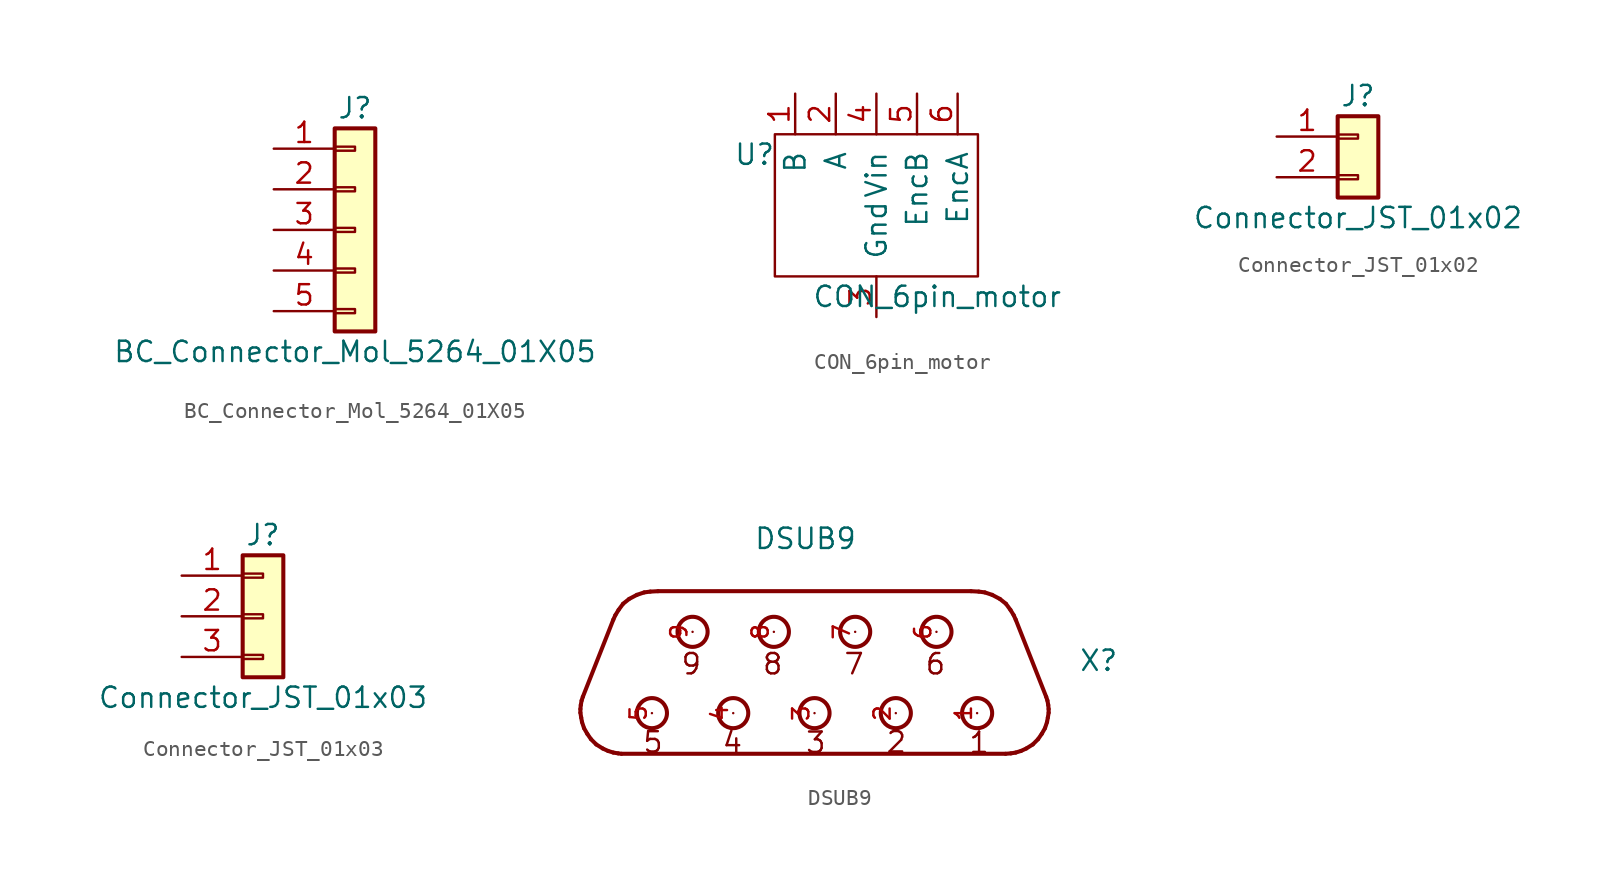
<source format=kicad_sym>
(kicad_symbol_lib
  (version 20220914)
  (generator kicad_symbol_editor)
  (symbol "BC_Connector_Mol_5264_01X05"
    (pin_names
      (offset 1.016) hide)
    (property "Reference" "J"
      (at 0 7.62 0)
      (effects (font (size 1.27 1.27))))
    (property "Value" "BC_Connector_Mol_5264_01X05"
      (at 0 -7.62 0)
      (effects (font (size 1.27 1.27))))
    (symbol "BC_Connector_Mol_5264_01X05_1_1"
      (rectangle (start -1.27 -4.953) (end 0 -5.207) (stroke (width 0.152) (type solid)) (fill (type none)))
      (rectangle (start -1.27 -2.413) (end 0 -2.667) (stroke (width 0.152) (type solid)) (fill (type none)))
      (rectangle (start -1.27 0.127) (end 0 -0.127) (stroke (width 0.152) (type solid)) (fill (type none)))
      (rectangle (start -1.27 2.667) (end 0 2.413) (stroke (width 0.152) (type solid)) (fill (type none)))
      (rectangle (start -1.27 5.207) (end 0 4.953) (stroke (width 0.152) (type solid)) (fill (type none)))
      (rectangle (start -1.27 6.35) (end 1.27 -6.35) (stroke (width 0.254) (type solid)) (fill (type background)))
      (pin passive line (at -5.08 5.08 0) (length 3.81) (name "Pin_1" (effects (font (size 1.27 1.27)))) (number "1" (effects (font (size 1.27 1.27)))))
      (pin passive line (at -5.08 2.54 0) (length 3.81) (name "Pin_2" (effects (font (size 1.27 1.27)))) (number "2" (effects (font (size 1.27 1.27)))))
      (pin passive line (at -5.08 0 0) (length 3.81) (name "Pin_3" (effects (font (size 1.27 1.27)))) (number "3" (effects (font (size 1.27 1.27)))))
      (pin passive line (at -5.08 -2.54 0) (length 3.81) (name "Pin_4" (effects (font (size 1.27 1.27)))) (number "4" (effects (font (size 1.27 1.27)))))
      (pin passive line (at -5.08 -5.08 0) (length 3.81) (name "Pin_5" (effects (font (size 1.27 1.27)))) (number "5" (effects (font (size 1.27 1.27)))))))
  (symbol "CON_6pin_motor"
    (pin_names
      (offset 1.016))
    (property "Reference" "U"
      (at -7.62 2.54 0)
      (effects (font (size 1.27 1.27))))
    (property "Value" "CON_6pin_motor"
      (at 3.81 -6.35 0)
      (effects (font (size 1.27 1.27))))
    (symbol "CON_6pin_motor_0_1"
      (rectangle (start -6.35 3.81) (end 6.35 -5.08) (stroke (width 0) (type solid)) (fill (type none))))
    (symbol "CON_6pin_motor_1_1"
      (pin input line (at -5.08 6.35 270) (length 2.54) (name "B" (effects (font (size 1.27 1.27)))) (number "1" (effects (font (size 1.27 1.27)))))
      (pin input line (at -2.54 6.35 270) (length 2.54) (name "A" (effects (font (size 1.27 1.27)))) (number "2" (effects (font (size 1.27 1.27)))))
      (pin input line (at 0 -7.62 90) (length 2.54) (name "Gnd" (effects (font (size 1.27 1.27)))) (number "3" (effects (font (size 1.27 1.27)))))
      (pin input line (at 0 6.35 270) (length 2.54) (name "Vin" (effects (font (size 1.27 1.27)))) (number "4" (effects (font (size 1.27 1.27)))))
      (pin input line (at 2.54 6.35 270) (length 2.54) (name "EncB" (effects (font (size 1.27 1.27)))) (number "5" (effects (font (size 1.27 1.27)))))
      (pin input line (at 5.08 6.35 270) (length 2.54) (name "EncA" (effects (font (size 1.27 1.27)))) (number "6" (effects (font (size 1.27 1.27)))))))
  (symbol "Connector_JST_01x02"
    (pin_names
      (offset 1.016) hide)
    (property "Reference" "J"
      (at 0 2.54 0)
      (effects (font (size 1.27 1.27))))
    (property "Value" "Connector_JST_01x02"
      (at 0 -5.08 0)
      (effects (font (size 1.27 1.27))))
    (symbol "Connector_JST_01x02_1_1"
      (rectangle (start -1.27 -2.413) (end 0 -2.667) (stroke (width 0.152) (type solid)) (fill (type none)))
      (rectangle (start -1.27 0.127) (end 0 -0.127) (stroke (width 0.152) (type solid)) (fill (type none)))
      (rectangle (start -1.27 1.27) (end 1.27 -3.81) (stroke (width 0.254) (type solid)) (fill (type background)))
      (pin passive line (at -5.08 0 0) (length 3.81) (name "Pin_1" (effects (font (size 1.27 1.27)))) (number "1" (effects (font (size 1.27 1.27)))))
      (pin passive line (at -5.08 -2.54 0) (length 3.81) (name "Pin_2" (effects (font (size 1.27 1.27)))) (number "2" (effects (font (size 1.27 1.27)))))))
  (symbol "Connector_JST_01x03"
    (pin_names
      (offset 1.016) hide)
    (property "Reference" "J"
      (at 0 5.08 0)
      (effects (font (size 1.27 1.27))))
    (property "Value" "Connector_JST_01x03"
      (at 0 -5.08 0)
      (effects (font (size 1.27 1.27))))
    (symbol "Connector_JST_01x03_1_1"
      (rectangle (start -1.27 -2.413) (end 0 -2.667) (stroke (width 0.152) (type solid)) (fill (type none)))
      (rectangle (start -1.27 0.127) (end 0 -0.127) (stroke (width 0.152) (type solid)) (fill (type none)))
      (rectangle (start -1.27 2.667) (end 0 2.413) (stroke (width 0.152) (type solid)) (fill (type none)))
      (rectangle (start -1.27 3.81) (end 1.27 -3.81) (stroke (width 0.254) (type solid)) (fill (type background)))
      (pin passive line (at -5.08 2.54 0) (length 3.81) (name "Pin_1" (effects (font (size 1.27 1.27)))) (number "1" (effects (font (size 1.27 1.27)))))
      (pin passive line (at -5.08 0 0) (length 3.81) (name "Pin_2" (effects (font (size 1.27 1.27)))) (number "2" (effects (font (size 1.27 1.27)))))
      (pin passive line (at -5.08 -2.54 0) (length 3.81) (name "Pin_3" (effects (font (size 1.27 1.27)))) (number "3" (effects (font (size 1.27 1.27)))))))
  (symbol "DSUB9"
    (pin_names
      (offset 1.016))
    (property "Reference" "X"
      (at 16.51 0 0)
      (effects (font (size 1.27 1.27)) (justify left bottom)))
    (property "Value" "DSUB9"
      (at -3.81 7.62 0)
      (effects (font (size 1.27 1.27)) (justify left bottom)))
    (symbol "DSUB9_0_0"
      (circle (center -10.16 -2.54) (radius 0.94) (stroke (width 0.254) (type default)) (fill (type none)))
      (circle (center -7.62 2.54) (radius 0.94) (stroke (width 0.254) (type default)) (fill (type none)))
      (circle (center -5.08 -2.54) (radius 0.94) (stroke (width 0.254) (type default)) (fill (type none)))
      (circle (center -2.54 2.54) (radius 0.94) (stroke (width 0.254) (type default)) (fill (type none)))
      (circle (center 0 -2.54) (radius 0.94) (stroke (width 0.254) (type default)) (fill (type none)))
      (polyline (pts (xy -14.63 -2.515) (xy -14.58 -2.819)) (stroke (width 0.254) (type default)) (fill (type none)))
      (polyline (pts (xy -14.63 -2.286) (xy -14.63 -2.515)) (stroke (width 0.254) (type default)) (fill (type none)))
      (polyline (pts (xy -14.605 -2.032) (xy -14.63 -2.286)) (stroke (width 0.254) (type default)) (fill (type none)))
      (polyline (pts (xy -14.58 -2.819) (xy -14.529 -3.099)) (stroke (width 0.254) (type default)) (fill (type none)))
      (polyline (pts (xy -14.554 -1.753) (xy -14.605 -2.032)) (stroke (width 0.254) (type default)) (fill (type none)))
      (polyline (pts (xy -14.529 -3.099) (xy -14.402 -3.48)) (stroke (width 0.254) (type default)) (fill (type none)))
      (polyline (pts (xy -14.478 -1.524) (xy -14.554 -1.753)) (stroke (width 0.254) (type default)) (fill (type none)))
      (polyline (pts (xy -14.478 -1.524) (xy -12.573 3.302)) (stroke (width 0.254) (type default)) (fill (type none)))
      (polyline (pts (xy -14.402 -3.48) (xy -14.199 -3.835)) (stroke (width 0.254) (type default)) (fill (type none)))
      (polyline (pts (xy -14.199 -3.835) (xy -13.97 -4.166)) (stroke (width 0.254) (type default)) (fill (type none)))
      (polyline (pts (xy -13.97 -4.166) (xy -13.64 -4.496)) (stroke (width 0.254) (type default)) (fill (type none)))
      (polyline (pts (xy -13.64 -4.496) (xy -13.233 -4.75)) (stroke (width 0.254) (type default)) (fill (type none)))
      (polyline (pts (xy -13.233 -4.75) (xy -12.903 -4.902)) (stroke (width 0.254) (type default)) (fill (type none)))
      (polyline (pts (xy -12.903 -4.902) (xy -12.573 -5.004)) (stroke (width 0.254) (type default)) (fill (type none)))
      (polyline (pts (xy -12.573 -5.004) (xy -12.268 -5.055)) (stroke (width 0.254) (type default)) (fill (type none)))
      (polyline (pts (xy -12.446 3.581) (xy -12.573 3.302)) (stroke (width 0.254) (type default)) (fill (type none)))
      (polyline (pts (xy -12.268 -5.055) (xy -12.065 -5.08)) (stroke (width 0.254) (type default)) (fill (type none)))
      (polyline (pts (xy -12.243 3.912) (xy -12.446 3.581)) (stroke (width 0.254) (type default)) (fill (type none)))
      (polyline (pts (xy -11.963 4.293) (xy -12.243 3.912)) (stroke (width 0.254) (type default)) (fill (type none)))
      (polyline (pts (xy -11.582 4.597) (xy -11.963 4.293)) (stroke (width 0.254) (type default)) (fill (type none)))
      (polyline (pts (xy -11.1 4.851) (xy -11.582 4.597)) (stroke (width 0.254) (type default)) (fill (type none)))
      (polyline (pts (xy -10.643 5.004) (xy -11.1 4.851)) (stroke (width 0.254) (type default)) (fill (type none)))
      (polyline (pts (xy -10.262 5.055) (xy -10.643 5.004)) (stroke (width 0.254) (type default)) (fill (type none)))
      (polyline (pts (xy -9.779 5.08) (xy -10.262 5.055)) (stroke (width 0.254) (type default)) (fill (type none)))
      (polyline (pts (xy -9.779 5.08) (xy 9.779 5.08)) (stroke (width 0.254) (type default)) (fill (type none)))
      (polyline (pts (xy 9.779 5.08) (xy 10.262 5.055)) (stroke (width 0.254) (type default)) (fill (type none)))
      (polyline (pts (xy 10.262 5.055) (xy 10.643 5.004)) (stroke (width 0.254) (type default)) (fill (type none)))
      (polyline (pts (xy 10.643 5.004) (xy 11.1 4.851)) (stroke (width 0.254) (type default)) (fill (type none)))
      (polyline (pts (xy 11.1 4.851) (xy 11.582 4.597)) (stroke (width 0.254) (type default)) (fill (type none)))
      (polyline (pts (xy 11.582 4.597) (xy 11.963 4.293)) (stroke (width 0.254) (type default)) (fill (type none)))
      (polyline (pts (xy 11.938 -5.08) (xy -12.065 -5.08)) (stroke (width 0.254) (type default)) (fill (type none)))
      (polyline (pts (xy 11.963 4.293) (xy 12.243 3.912)) (stroke (width 0.254) (type default)) (fill (type none)))
      (polyline (pts (xy 12.243 3.912) (xy 12.446 3.581)) (stroke (width 0.254) (type default)) (fill (type none)))
      (polyline (pts (xy 12.268 -5.055) (xy 11.938 -5.08)) (stroke (width 0.254) (type default)) (fill (type none)))
      (polyline (pts (xy 12.446 3.581) (xy 12.573 3.302)) (stroke (width 0.254) (type default)) (fill (type none)))
      (polyline (pts (xy 12.573 -5.004) (xy 12.268 -5.055)) (stroke (width 0.254) (type default)) (fill (type none)))
      (polyline (pts (xy 12.903 -4.902) (xy 12.573 -5.004)) (stroke (width 0.254) (type default)) (fill (type none)))
      (polyline (pts (xy 13.233 -4.75) (xy 12.903 -4.902)) (stroke (width 0.254) (type default)) (fill (type none)))
      (polyline (pts (xy 13.64 -4.496) (xy 13.233 -4.75)) (stroke (width 0.254) (type default)) (fill (type none)))
      (polyline (pts (xy 13.97 -4.166) (xy 13.64 -4.496)) (stroke (width 0.254) (type default)) (fill (type none)))
      (polyline (pts (xy 14.199 -3.835) (xy 13.97 -4.166)) (stroke (width 0.254) (type default)) (fill (type none)))
      (polyline (pts (xy 14.402 -3.48) (xy 14.199 -3.835)) (stroke (width 0.254) (type default)) (fill (type none)))
      (polyline (pts (xy 14.478 -1.524) (xy 12.573 3.302)) (stroke (width 0.254) (type default)) (fill (type none)))
      (polyline (pts (xy 14.478 -1.524) (xy 14.554 -1.753)) (stroke (width 0.254) (type default)) (fill (type none)))
      (polyline (pts (xy 14.529 -3.099) (xy 14.402 -3.48)) (stroke (width 0.254) (type default)) (fill (type none)))
      (polyline (pts (xy 14.554 -1.753) (xy 14.605 -2.032)) (stroke (width 0.254) (type default)) (fill (type none)))
      (polyline (pts (xy 14.58 -2.819) (xy 14.529 -3.099)) (stroke (width 0.254) (type default)) (fill (type none)))
      (polyline (pts (xy 14.605 -2.032) (xy 14.63 -2.286)) (stroke (width 0.254) (type default)) (fill (type none)))
      (polyline (pts (xy 14.63 -2.515) (xy 14.58 -2.819)) (stroke (width 0.254) (type default)) (fill (type none)))
      (polyline (pts (xy 14.63 -2.286) (xy 14.63 -2.515)) (stroke (width 0.254) (type default)) (fill (type none)))
      (circle (center 2.54 2.54) (radius 0.94) (stroke (width 0.254) (type default)) (fill (type none)))
      (circle (center 5.08 -2.54) (radius 0.94) (stroke (width 0.254) (type default)) (fill (type none)))
      (circle (center 7.62 2.54) (radius 0.94) (stroke (width 0.254) (type default)) (fill (type none)))
      (circle (center 10.16 -2.54) (radius 0.94) (stroke (width 0.254) (type default)) (fill (type none)))
      (text "1" (at 10.989 -3.638 0) (effects (font (size 1.272 1.272)) (justify right top)))
      (text "2" (at 5.818 -3.608 0) (effects (font (size 1.27 1.27)) (justify right top)))
      (text "3" (at 0.788 -3.636 0) (effects (font (size 1.271 1.271)) (justify right top)))
      (text "4" (at -4.427 -3.639 0) (effects (font (size 1.272 1.272)) (justify right top)))
      (text "5" (at -9.388 -3.613 0) (effects (font (size 1.272 1.272)) (justify right top)))
      (text "6" (at 8.262 1.271 0) (effects (font (size 1.271 1.271)) (justify right top)))
      (text "7" (at 3.18 1.272 0) (effects (font (size 1.272 1.272)) (justify right top)))
      (text "8" (at -1.908 1.272 0) (effects (font (size 1.272 1.272)) (justify right top)))
      (text "9" (at -6.993 1.272 0) (effects (font (size 1.272 1.272)) (justify right top)))
      (pin passive line (at 10.16 -2.54 270) (length 0) (name "~" (effects (font (size 1.016 1.016)))) (number "1" (effects (font (size 1.016 1.016)))))
      (pin passive line (at 5.08 -2.54 270) (length 0) (name "~" (effects (font (size 1.016 1.016)))) (number "2" (effects (font (size 1.016 1.016)))))
      (pin passive line (at 0 -2.54 270) (length 0) (name "~" (effects (font (size 1.016 1.016)))) (number "3" (effects (font (size 1.016 1.016)))))
      (pin passive line (at -5.08 -2.54 270) (length 0) (name "~" (effects (font (size 1.016 1.016)))) (number "4" (effects (font (size 1.016 1.016)))))
      (pin passive line (at -10.16 -2.54 270) (length 0) (name "~" (effects (font (size 1.016 1.016)))) (number "5" (effects (font (size 1.016 1.016)))))
      (pin passive line (at 7.62 2.54 270) (length 0) (name "~" (effects (font (size 1.016 1.016)))) (number "6" (effects (font (size 1.016 1.016)))))
      (pin passive line (at 2.54 2.54 270) (length 0) (name "~" (effects (font (size 1.016 1.016)))) (number "7" (effects (font (size 1.016 1.016)))))
      (pin passive line (at -2.54 2.54 270) (length 0) (name "~" (effects (font (size 1.016 1.016)))) (number "8" (effects (font (size 1.016 1.016)))))
      (pin passive line (at -7.62 2.54 270) (length 0) (name "~" (effects (font (size 1.016 1.016)))) (number "9" (effects (font (size 1.016 1.016))))))))
</source>
